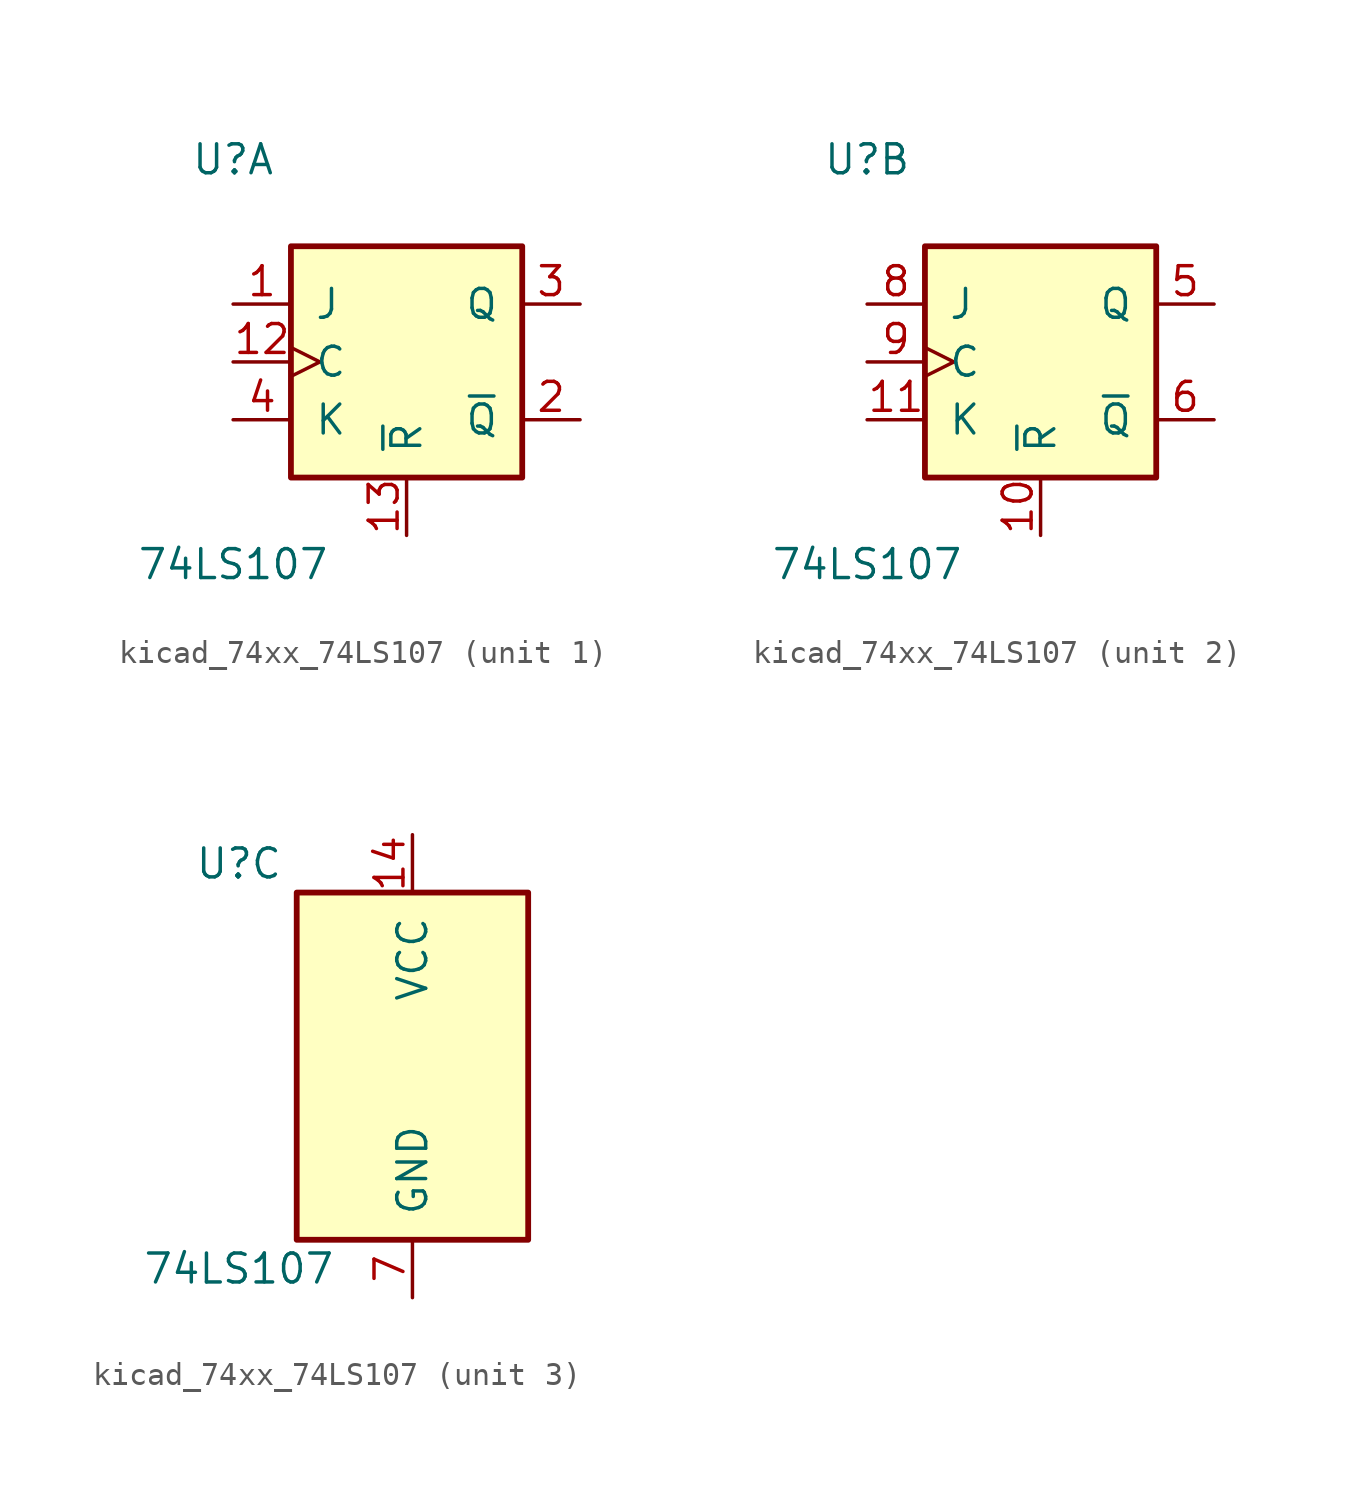
<source format=kicad_sym>
(kicad_symbol_lib
  (version 20220914)
  (generator kicad_symbol_editor)
  (symbol "kicad_74xx_74LS107"
    (pin_names
      (offset 1.016))
    (property "Reference" "U"
      (at -7.62 8.89 0)
      (effects (font (size 1.27 1.27))))
    (property "Value" "74LS107"
      (at -7.62 -8.89 0)
      (effects (font (size 1.27 1.27))))
    (property "ki_locked" ""
      (at 0 0 0)
      (effects (font (size 1.27 1.27))))
    (symbol "kicad_74xx_74LS107_1_0"
      (pin input line (at -7.62 2.54 0) (length 2.54) (name "J" (effects (font (size 1.27 1.27)))) (number "1" (effects (font (size 1.27 1.27)))))
      (pin input clock (at -7.62 0 0) (length 2.54) (name "C" (effects (font (size 1.27 1.27)))) (number "12" (effects (font (size 1.27 1.27)))))
      (pin input line (at 0 -7.62 90) (length 2.54) (name "~{R}" (effects (font (size 1.27 1.27)))) (number "13" (effects (font (size 1.27 1.27)))))
      (pin output line (at 7.62 -2.54 180) (length 2.54) (name "~{Q}" (effects (font (size 1.27 1.27)))) (number "2" (effects (font (size 1.27 1.27)))))
      (pin output line (at 7.62 2.54 180) (length 2.54) (name "Q" (effects (font (size 1.27 1.27)))) (number "3" (effects (font (size 1.27 1.27)))))
      (pin input line (at -7.62 -2.54 0) (length 2.54) (name "K" (effects (font (size 1.27 1.27)))) (number "4" (effects (font (size 1.27 1.27))))))
    (symbol "kicad_74xx_74LS107_1_1"
      (rectangle (start -5.08 5.08) (end 5.08 -5.08) (stroke (width 0.254) (type default)) (fill (type background))))
    (symbol "kicad_74xx_74LS107_2_0"
      (pin input line (at 0 -7.62 90) (length 2.54) (name "~{R}" (effects (font (size 1.27 1.27)))) (number "10" (effects (font (size 1.27 1.27)))))
      (pin input line (at -7.62 -2.54 0) (length 2.54) (name "K" (effects (font (size 1.27 1.27)))) (number "11" (effects (font (size 1.27 1.27)))))
      (pin output line (at 7.62 2.54 180) (length 2.54) (name "Q" (effects (font (size 1.27 1.27)))) (number "5" (effects (font (size 1.27 1.27)))))
      (pin output line (at 7.62 -2.54 180) (length 2.54) (name "~{Q}" (effects (font (size 1.27 1.27)))) (number "6" (effects (font (size 1.27 1.27)))))
      (pin input line (at -7.62 2.54 0) (length 2.54) (name "J" (effects (font (size 1.27 1.27)))) (number "8" (effects (font (size 1.27 1.27)))))
      (pin input clock (at -7.62 0 0) (length 2.54) (name "C" (effects (font (size 1.27 1.27)))) (number "9" (effects (font (size 1.27 1.27))))))
    (symbol "kicad_74xx_74LS107_2_1"
      (rectangle (start -5.08 5.08) (end 5.08 -5.08) (stroke (width 0.254) (type default)) (fill (type background))))
    (symbol "kicad_74xx_74LS107_3_0"
      (pin power_in line (at 0 10.16 270) (length 2.54) (name "VCC" (effects (font (size 1.27 1.27)))) (number "14" (effects (font (size 1.27 1.27)))))
      (pin power_in line (at 0 -10.16 90) (length 2.54) (name "GND" (effects (font (size 1.27 1.27)))) (number "7" (effects (font (size 1.27 1.27))))))
    (symbol "kicad_74xx_74LS107_3_1"
      (rectangle (start -5.08 7.62) (end 5.08 -7.62) (stroke (width 0.254) (type default)) (fill (type background))))))
</source>
